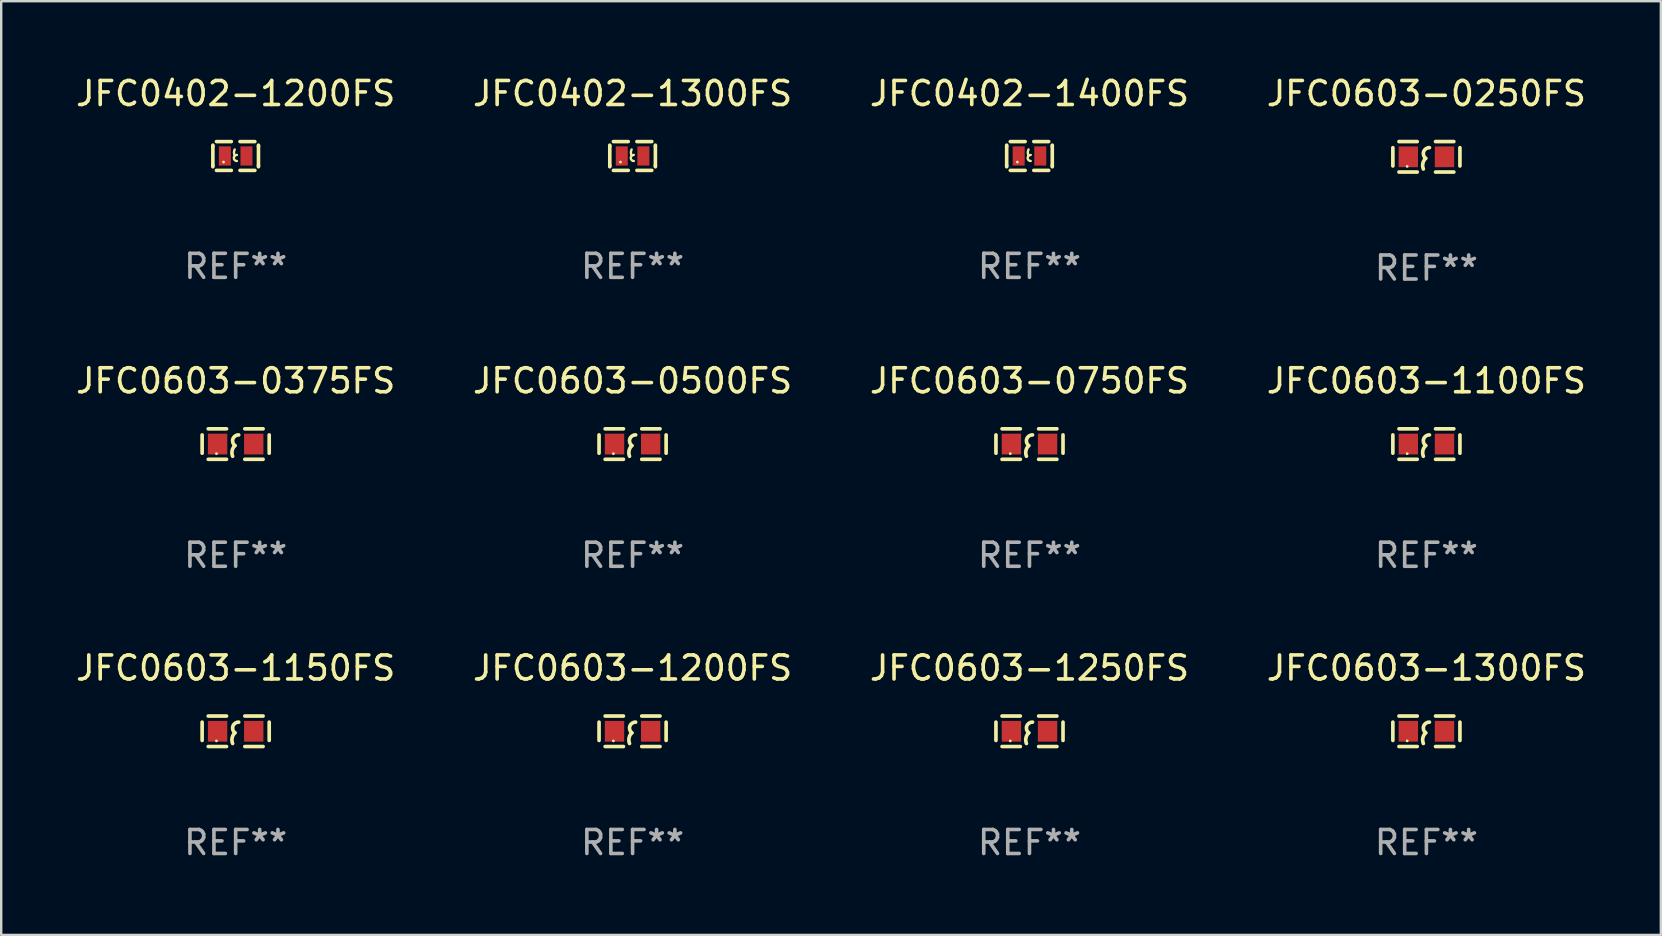
<source format=kicad_pcb>
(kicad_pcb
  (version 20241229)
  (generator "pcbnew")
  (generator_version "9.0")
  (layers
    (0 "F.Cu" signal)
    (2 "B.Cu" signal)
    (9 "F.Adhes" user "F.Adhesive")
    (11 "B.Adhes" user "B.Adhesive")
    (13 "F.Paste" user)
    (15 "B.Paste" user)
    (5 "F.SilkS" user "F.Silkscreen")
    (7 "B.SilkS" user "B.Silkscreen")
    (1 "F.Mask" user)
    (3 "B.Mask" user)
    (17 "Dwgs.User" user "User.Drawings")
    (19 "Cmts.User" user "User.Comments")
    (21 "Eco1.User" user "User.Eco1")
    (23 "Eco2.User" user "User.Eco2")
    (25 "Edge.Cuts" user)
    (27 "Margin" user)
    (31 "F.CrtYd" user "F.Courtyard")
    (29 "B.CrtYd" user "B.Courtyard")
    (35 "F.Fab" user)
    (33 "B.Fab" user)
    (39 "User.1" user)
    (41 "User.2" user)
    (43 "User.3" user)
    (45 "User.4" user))
  (footprint "JFC0603-1250FS"
    (layer "F.Cu")
    (at 39.839 27.416)
    (property "Reference" "JFC0603-1250FS" (at 0 -2.635 0) (layer "F.SilkS") (effects (font (size 1 1) (thickness 0.15))))
    (attr through_hole)
    (fp_line (start -1.397 -0.381) (end -1.397 0.381) (stroke (width 0.152) (type solid)) (layer "F.SilkS"))
    (fp_line (start -0.381 -0.635) (end -1.143 -0.635) (stroke (width 0.152) (type solid)) (layer "F.SilkS"))
    (fp_line (start -0.381 0.635) (end -1.143 0.635) (stroke (width 0.152) (type solid)) (layer "F.SilkS"))
    (fp_line (start 0.381 -0.635) (end 1.143 -0.635) (stroke (width 0.152) (type solid)) (layer "F.SilkS"))
    (fp_line (start 0.381 0.635) (end 1.143 0.635) (stroke (width 0.152) (type solid)) (layer "F.SilkS"))
    (fp_line (start 1.397 -0.381) (end 1.397 0.381) (stroke (width 0.152) (type solid)) (layer "F.SilkS"))
    (fp_arc (start -0.127 0.508001) (mid -0.146523 0.271131) (end -0.030861 0.0635) (stroke (width 0.151994) (type solid)) (layer "F.SilkS"))
    (fp_arc (start -0.03175 0.0635) (mid -0.113571 -0.216321) (end 0.127001 -0.381002) (stroke (width 0.151994) (type solid)) (layer "F.SilkS"))
    (fp_circle (center -0.8 0.4) (end -0.77 0.4) (stroke (width 0.06) (type solid)) (fill no) (layer "F.SilkS"))
    (fp_text user "REF**" (at 0 4.635 0) (layer "F.Fab") (effects (font (size 1 1) (thickness 0.15))))
    (pad "1" smd rect (at -0.753 0) (size 0.806 0.864) (layers "F.Cu" "F.Mask" "F.Paste"))
    (pad "2" smd rect (at 0.753 0) (size 0.806 0.864) (layers "F.Cu" "F.Mask" "F.Paste")))
  (footprint "JFC0402-1400FS"
    (layer "F.Cu")
    (at 39.839 3.448)
    (property "Reference" "JFC0402-1400FS" (at 0 -2.6 0) (layer "F.SilkS") (effects (font (size 1 1) (thickness 0.15))))
    (attr through_hole)
    (fp_line (start -0.95 -0.45) (end -0.95 -0.4) (stroke (width 0.15) (type solid)) (layer "F.SilkS"))
    (fp_line (start -0.95 -0.4) (end -0.95 0.4) (stroke (width 0.15) (type solid)) (layer "F.SilkS"))
    (fp_line (start -0.95 0.45) (end -0.95 0.4) (stroke (width 0.15) (type solid)) (layer "F.SilkS"))
    (fp_line (start -0.18 -0.6) (end -0.8 -0.6) (stroke (width 0.15) (type solid)) (layer "F.SilkS"))
    (fp_line (start -0.18 0.6) (end -0.8 0.6) (stroke (width 0.15) (type solid)) (layer "F.SilkS"))
    (fp_line (start 0.18 -0.6) (end 0.8 -0.6) (stroke (width 0.15) (type solid)) (layer "F.SilkS"))
    (fp_line (start 0.18 0.6) (end 0.8 0.6) (stroke (width 0.15) (type solid)) (layer "F.SilkS"))
    (fp_line (start 0.95 -0.45) (end 0.95 -0.4) (stroke (width 0.15) (type solid)) (layer "F.SilkS"))
    (fp_line (start 0.95 -0.4) (end 0.95 0.4) (stroke (width 0.15) (type solid)) (layer "F.SilkS"))
    (fp_line (start 0.95 0.45) (end 0.95 0.4) (stroke (width 0.15) (type solid)) (layer "F.SilkS"))
    (fp_arc (start -0.039942 -0.016052) (mid -0.069923 -0.143053) (end -0.039942 -0.270053) (stroke (width 0.1) (type solid)) (layer "F.SilkS"))
    (fp_arc (start 0.050076 0.209957) (mid -0.076924 0.082957) (end 0.050076 -0.044043) (stroke (width 0.1) (type solid)) (layer "F.SilkS"))
    (fp_circle (center -0.505 0.253) (end -0.475 0.253) (stroke (width 0.06) (type solid)) (fill no) (layer "F.SilkS"))
    (fp_text user "REF**" (at 0 4.6 0) (layer "F.Fab") (effects (font (size 1 1) (thickness 0.15))))
    (pad "1" smd rect (at -0.45 -0.000051) (size 0.5 0.8) (layers "F.Cu" "F.Mask" "F.Paste"))
    (pad "2" smd rect (at 0.45 -0.000051) (size 0.5 0.8) (layers "F.Cu" "F.Mask" "F.Paste")))
  (footprint "JFC0603-1150FS"
    (layer "F.Cu")
    (at 6.768 27.416)
    (property "Reference" "JFC0603-1150FS" (at 0 -2.635 0) (layer "F.SilkS") (effects (font (size 1 1) (thickness 0.15))))
    (attr through_hole)
    (fp_line (start -1.397 -0.381) (end -1.397 0.381) (stroke (width 0.152) (type solid)) (layer "F.SilkS"))
    (fp_line (start -0.381 -0.635) (end -1.143 -0.635) (stroke (width 0.152) (type solid)) (layer "F.SilkS"))
    (fp_line (start -0.381 0.635) (end -1.143 0.635) (stroke (width 0.152) (type solid)) (layer "F.SilkS"))
    (fp_line (start 0.381 -0.635) (end 1.143 -0.635) (stroke (width 0.152) (type solid)) (layer "F.SilkS"))
    (fp_line (start 0.381 0.635) (end 1.143 0.635) (stroke (width 0.152) (type solid)) (layer "F.SilkS"))
    (fp_line (start 1.397 -0.381) (end 1.397 0.381) (stroke (width 0.152) (type solid)) (layer "F.SilkS"))
    (fp_arc (start -0.127 0.508001) (mid -0.146523 0.271131) (end -0.030861 0.0635) (stroke (width 0.151994) (type solid)) (layer "F.SilkS"))
    (fp_arc (start -0.03175 0.0635) (mid -0.113571 -0.216321) (end 0.127001 -0.381002) (stroke (width 0.151994) (type solid)) (layer "F.SilkS"))
    (fp_circle (center -0.8 0.4) (end -0.77 0.4) (stroke (width 0.06) (type solid)) (fill no) (layer "F.SilkS"))
    (fp_text user "REF**" (at 0 4.635 0) (layer "F.Fab") (effects (font (size 1 1) (thickness 0.15))))
    (pad "1" smd rect (at -0.753 0) (size 0.806 0.864) (layers "F.Cu" "F.Mask" "F.Paste"))
    (pad "2" smd rect (at 0.753 0) (size 0.806 0.864) (layers "F.Cu" "F.Mask" "F.Paste")))
  (footprint "JFC0603-0750FS"
    (layer "F.Cu")
    (at 39.839 15.45)
    (property "Reference" "JFC0603-0750FS" (at 0 -2.635 0) (layer "F.SilkS") (effects (font (size 1 1) (thickness 0.15))))
    (attr through_hole)
    (fp_line (start -1.397 -0.381) (end -1.397 0.381) (stroke (width 0.152) (type solid)) (layer "F.SilkS"))
    (fp_line (start -0.381 -0.635) (end -1.143 -0.635) (stroke (width 0.152) (type solid)) (layer "F.SilkS"))
    (fp_line (start -0.381 0.635) (end -1.143 0.635) (stroke (width 0.152) (type solid)) (layer "F.SilkS"))
    (fp_line (start 0.381 -0.635) (end 1.143 -0.635) (stroke (width 0.152) (type solid)) (layer "F.SilkS"))
    (fp_line (start 0.381 0.635) (end 1.143 0.635) (stroke (width 0.152) (type solid)) (layer "F.SilkS"))
    (fp_line (start 1.397 -0.381) (end 1.397 0.381) (stroke (width 0.152) (type solid)) (layer "F.SilkS"))
    (fp_arc (start -0.127 0.508001) (mid -0.146523 0.271131) (end -0.030861 0.0635) (stroke (width 0.151994) (type solid)) (layer "F.SilkS"))
    (fp_arc (start -0.03175 0.0635) (mid -0.113571 -0.216321) (end 0.127001 -0.381002) (stroke (width 0.151994) (type solid)) (layer "F.SilkS"))
    (fp_circle (center -0.8 0.4) (end -0.77 0.4) (stroke (width 0.06) (type solid)) (fill no) (layer "F.SilkS"))
    (fp_text user "REF**" (at 0 4.635 0) (layer "F.Fab") (effects (font (size 1 1) (thickness 0.15))))
    (pad "1" smd rect (at -0.753 0) (size 0.806 0.864) (layers "F.Cu" "F.Mask" "F.Paste"))
    (pad "2" smd rect (at 0.753 0) (size 0.806 0.864) (layers "F.Cu" "F.Mask" "F.Paste")))
  (footprint "JFC0603-0375FS"
    (layer "F.Cu")
    (at 6.768 15.45)
    (property "Reference" "JFC0603-0375FS" (at 0 -2.635 0) (layer "F.SilkS") (effects (font (size 1 1) (thickness 0.15))))
    (attr through_hole)
    (fp_line (start -1.397 -0.381) (end -1.397 0.381) (stroke (width 0.152) (type solid)) (layer "F.SilkS"))
    (fp_line (start -0.381 -0.635) (end -1.143 -0.635) (stroke (width 0.152) (type solid)) (layer "F.SilkS"))
    (fp_line (start -0.381 0.635) (end -1.143 0.635) (stroke (width 0.152) (type solid)) (layer "F.SilkS"))
    (fp_line (start 0.381 -0.635) (end 1.143 -0.635) (stroke (width 0.152) (type solid)) (layer "F.SilkS"))
    (fp_line (start 0.381 0.635) (end 1.143 0.635) (stroke (width 0.152) (type solid)) (layer "F.SilkS"))
    (fp_line (start 1.397 -0.381) (end 1.397 0.381) (stroke (width 0.152) (type solid)) (layer "F.SilkS"))
    (fp_arc (start -0.127 0.508001) (mid -0.146523 0.271131) (end -0.030861 0.0635) (stroke (width 0.151994) (type solid)) (layer "F.SilkS"))
    (fp_arc (start -0.03175 0.0635) (mid -0.113571 -0.216321) (end 0.127001 -0.381002) (stroke (width 0.151994) (type solid)) (layer "F.SilkS"))
    (fp_circle (center -0.8 0.4) (end -0.77 0.4) (stroke (width 0.06) (type solid)) (fill no) (layer "F.SilkS"))
    (fp_text user "REF**" (at 0 4.635 0) (layer "F.Fab") (effects (font (size 1 1) (thickness 0.15))))
    (pad "1" smd rect (at -0.753 0) (size 0.806 0.864) (layers "F.Cu" "F.Mask" "F.Paste"))
    (pad "2" smd rect (at 0.753 0) (size 0.806 0.864) (layers "F.Cu" "F.Mask" "F.Paste")))
  (footprint "JFC0603-1300FS"
    (layer "F.Cu")
    (at 56.375 27.416)
    (property "Reference" "JFC0603-1300FS" (at 0 -2.635 0) (layer "F.SilkS") (effects (font (size 1 1) (thickness 0.15))))
    (attr through_hole)
    (fp_line (start -1.397 -0.381) (end -1.397 0.381) (stroke (width 0.152) (type solid)) (layer "F.SilkS"))
    (fp_line (start -0.381 -0.635) (end -1.143 -0.635) (stroke (width 0.152) (type solid)) (layer "F.SilkS"))
    (fp_line (start -0.381 0.635) (end -1.143 0.635) (stroke (width 0.152) (type solid)) (layer "F.SilkS"))
    (fp_line (start 0.381 -0.635) (end 1.143 -0.635) (stroke (width 0.152) (type solid)) (layer "F.SilkS"))
    (fp_line (start 0.381 0.635) (end 1.143 0.635) (stroke (width 0.152) (type solid)) (layer "F.SilkS"))
    (fp_line (start 1.397 -0.381) (end 1.397 0.381) (stroke (width 0.152) (type solid)) (layer "F.SilkS"))
    (fp_arc (start -0.127 0.508001) (mid -0.146523 0.271131) (end -0.030861 0.0635) (stroke (width 0.151994) (type solid)) (layer "F.SilkS"))
    (fp_arc (start -0.03175 0.0635) (mid -0.113571 -0.216321) (end 0.127001 -0.381002) (stroke (width 0.151994) (type solid)) (layer "F.SilkS"))
    (fp_circle (center -0.8 0.4) (end -0.77 0.4) (stroke (width 0.06) (type solid)) (fill no) (layer "F.SilkS"))
    (fp_text user "REF**" (at 0 4.635 0) (layer "F.Fab") (effects (font (size 1 1) (thickness 0.15))))
    (pad "1" smd rect (at -0.753 0) (size 0.806 0.864) (layers "F.Cu" "F.Mask" "F.Paste"))
    (pad "2" smd rect (at 0.753 0) (size 0.806 0.864) (layers "F.Cu" "F.Mask" "F.Paste")))
  (footprint "JFC0603-0250FS"
    (layer "F.Cu")
    (at 56.375 3.483)
    (property "Reference" "JFC0603-0250FS" (at 0 -2.635 0) (layer "F.SilkS") (effects (font (size 1 1) (thickness 0.15))))
    (attr through_hole)
    (fp_line (start -1.397 -0.381) (end -1.397 0.381) (stroke (width 0.152) (type solid)) (layer "F.SilkS"))
    (fp_line (start -0.381 -0.635) (end -1.143 -0.635) (stroke (width 0.152) (type solid)) (layer "F.SilkS"))
    (fp_line (start -0.381 0.635) (end -1.143 0.635) (stroke (width 0.152) (type solid)) (layer "F.SilkS"))
    (fp_line (start 0.381 -0.635) (end 1.143 -0.635) (stroke (width 0.152) (type solid)) (layer "F.SilkS"))
    (fp_line (start 0.381 0.635) (end 1.143 0.635) (stroke (width 0.152) (type solid)) (layer "F.SilkS"))
    (fp_line (start 1.397 -0.381) (end 1.397 0.381) (stroke (width 0.152) (type solid)) (layer "F.SilkS"))
    (fp_arc (start -0.127 0.508001) (mid -0.146523 0.271131) (end -0.030861 0.0635) (stroke (width 0.151994) (type solid)) (layer "F.SilkS"))
    (fp_arc (start -0.03175 0.0635) (mid -0.113571 -0.216321) (end 0.127001 -0.381002) (stroke (width 0.151994) (type solid)) (layer "F.SilkS"))
    (fp_circle (center -0.8 0.4) (end -0.77 0.4) (stroke (width 0.06) (type solid)) (fill no) (layer "F.SilkS"))
    (fp_text user "REF**" (at 0 4.635 0) (layer "F.Fab") (effects (font (size 1 1) (thickness 0.15))))
    (pad "1" smd rect (at -0.753 0) (size 0.806 0.864) (layers "F.Cu" "F.Mask" "F.Paste"))
    (pad "2" smd rect (at 0.753 0) (size 0.806 0.864) (layers "F.Cu" "F.Mask" "F.Paste")))
  (footprint "JFC0603-1200FS"
    (layer "F.Cu")
    (at 23.304 27.416)
    (property "Reference" "JFC0603-1200FS" (at 0 -2.635 0) (layer "F.SilkS") (effects (font (size 1 1) (thickness 0.15))))
    (attr through_hole)
    (fp_line (start -1.397 -0.381) (end -1.397 0.381) (stroke (width 0.152) (type solid)) (layer "F.SilkS"))
    (fp_line (start -0.381 -0.635) (end -1.143 -0.635) (stroke (width 0.152) (type solid)) (layer "F.SilkS"))
    (fp_line (start -0.381 0.635) (end -1.143 0.635) (stroke (width 0.152) (type solid)) (layer "F.SilkS"))
    (fp_line (start 0.381 -0.635) (end 1.143 -0.635) (stroke (width 0.152) (type solid)) (layer "F.SilkS"))
    (fp_line (start 0.381 0.635) (end 1.143 0.635) (stroke (width 0.152) (type solid)) (layer "F.SilkS"))
    (fp_line (start 1.397 -0.381) (end 1.397 0.381) (stroke (width 0.152) (type solid)) (layer "F.SilkS"))
    (fp_arc (start -0.127 0.508001) (mid -0.146523 0.271131) (end -0.030861 0.0635) (stroke (width 0.151994) (type solid)) (layer "F.SilkS"))
    (fp_arc (start -0.03175 0.0635) (mid -0.113571 -0.216321) (end 0.127001 -0.381002) (stroke (width 0.151994) (type solid)) (layer "F.SilkS"))
    (fp_circle (center -0.8 0.4) (end -0.77 0.4) (stroke (width 0.06) (type solid)) (fill no) (layer "F.SilkS"))
    (fp_text user "REF**" (at 0 4.635 0) (layer "F.Fab") (effects (font (size 1 1) (thickness 0.15))))
    (pad "1" smd rect (at -0.753 0) (size 0.806 0.864) (layers "F.Cu" "F.Mask" "F.Paste"))
    (pad "2" smd rect (at 0.753 0) (size 0.806 0.864) (layers "F.Cu" "F.Mask" "F.Paste")))
  (footprint "JFC0603-0500FS"
    (layer "F.Cu")
    (at 23.304 15.45)
    (property "Reference" "JFC0603-0500FS" (at 0 -2.635 0) (layer "F.SilkS") (effects (font (size 1 1) (thickness 0.15))))
    (attr through_hole)
    (fp_line (start -1.397 -0.381) (end -1.397 0.381) (stroke (width 0.152) (type solid)) (layer "F.SilkS"))
    (fp_line (start -0.381 -0.635) (end -1.143 -0.635) (stroke (width 0.152) (type solid)) (layer "F.SilkS"))
    (fp_line (start -0.381 0.635) (end -1.143 0.635) (stroke (width 0.152) (type solid)) (layer "F.SilkS"))
    (fp_line (start 0.381 -0.635) (end 1.143 -0.635) (stroke (width 0.152) (type solid)) (layer "F.SilkS"))
    (fp_line (start 0.381 0.635) (end 1.143 0.635) (stroke (width 0.152) (type solid)) (layer "F.SilkS"))
    (fp_line (start 1.397 -0.381) (end 1.397 0.381) (stroke (width 0.152) (type solid)) (layer "F.SilkS"))
    (fp_arc (start -0.127 0.508001) (mid -0.146523 0.271131) (end -0.030861 0.0635) (stroke (width 0.151994) (type solid)) (layer "F.SilkS"))
    (fp_arc (start -0.03175 0.0635) (mid -0.113571 -0.216321) (end 0.127001 -0.381002) (stroke (width 0.151994) (type solid)) (layer "F.SilkS"))
    (fp_circle (center -0.8 0.4) (end -0.77 0.4) (stroke (width 0.06) (type solid)) (fill no) (layer "F.SilkS"))
    (fp_text user "REF**" (at 0 4.635 0) (layer "F.Fab") (effects (font (size 1 1) (thickness 0.15))))
    (pad "1" smd rect (at -0.753 0) (size 0.806 0.864) (layers "F.Cu" "F.Mask" "F.Paste"))
    (pad "2" smd rect (at 0.753 0) (size 0.806 0.864) (layers "F.Cu" "F.Mask" "F.Paste")))
  (footprint "JFC0603-1100FS"
    (layer "F.Cu")
    (at 56.375 15.45)
    (property "Reference" "JFC0603-1100FS" (at 0 -2.635 0) (layer "F.SilkS") (effects (font (size 1 1) (thickness 0.15))))
    (attr through_hole)
    (fp_line (start -1.397 -0.381) (end -1.397 0.381) (stroke (width 0.152) (type solid)) (layer "F.SilkS"))
    (fp_line (start -0.381 -0.635) (end -1.143 -0.635) (stroke (width 0.152) (type solid)) (layer "F.SilkS"))
    (fp_line (start -0.381 0.635) (end -1.143 0.635) (stroke (width 0.152) (type solid)) (layer "F.SilkS"))
    (fp_line (start 0.381 -0.635) (end 1.143 -0.635) (stroke (width 0.152) (type solid)) (layer "F.SilkS"))
    (fp_line (start 0.381 0.635) (end 1.143 0.635) (stroke (width 0.152) (type solid)) (layer "F.SilkS"))
    (fp_line (start 1.397 -0.381) (end 1.397 0.381) (stroke (width 0.152) (type solid)) (layer "F.SilkS"))
    (fp_arc (start -0.127 0.508001) (mid -0.146523 0.271131) (end -0.030861 0.0635) (stroke (width 0.151994) (type solid)) (layer "F.SilkS"))
    (fp_arc (start -0.03175 0.0635) (mid -0.113571 -0.216321) (end 0.127001 -0.381002) (stroke (width 0.151994) (type solid)) (layer "F.SilkS"))
    (fp_circle (center -0.8 0.4) (end -0.77 0.4) (stroke (width 0.06) (type solid)) (fill no) (layer "F.SilkS"))
    (fp_text user "REF**" (at 0 4.635 0) (layer "F.Fab") (effects (font (size 1 1) (thickness 0.15))))
    (pad "1" smd rect (at -0.753 0) (size 0.806 0.864) (layers "F.Cu" "F.Mask" "F.Paste"))
    (pad "2" smd rect (at 0.753 0) (size 0.806 0.864) (layers "F.Cu" "F.Mask" "F.Paste")))
  (footprint "JFC0402-1300FS"
    (layer "F.Cu")
    (at 23.304 3.448)
    (property "Reference" "JFC0402-1300FS" (at 0 -2.6 0) (layer "F.SilkS") (effects (font (size 1 1) (thickness 0.15))))
    (attr through_hole)
    (fp_line (start -0.95 -0.45) (end -0.95 -0.4) (stroke (width 0.15) (type solid)) (layer "F.SilkS"))
    (fp_line (start -0.95 -0.4) (end -0.95 0.4) (stroke (width 0.15) (type solid)) (layer "F.SilkS"))
    (fp_line (start -0.95 0.45) (end -0.95 0.4) (stroke (width 0.15) (type solid)) (layer "F.SilkS"))
    (fp_line (start -0.18 -0.6) (end -0.8 -0.6) (stroke (width 0.15) (type solid)) (layer "F.SilkS"))
    (fp_line (start -0.18 0.6) (end -0.8 0.6) (stroke (width 0.15) (type solid)) (layer "F.SilkS"))
    (fp_line (start 0.18 -0.6) (end 0.8 -0.6) (stroke (width 0.15) (type solid)) (layer "F.SilkS"))
    (fp_line (start 0.18 0.6) (end 0.8 0.6) (stroke (width 0.15) (type solid)) (layer "F.SilkS"))
    (fp_line (start 0.95 -0.45) (end 0.95 -0.4) (stroke (width 0.15) (type solid)) (layer "F.SilkS"))
    (fp_line (start 0.95 -0.4) (end 0.95 0.4) (stroke (width 0.15) (type solid)) (layer "F.SilkS"))
    (fp_line (start 0.95 0.45) (end 0.95 0.4) (stroke (width 0.15) (type solid)) (layer "F.SilkS"))
    (fp_arc (start -0.039942 -0.016052) (mid -0.069923 -0.143053) (end -0.039942 -0.270053) (stroke (width 0.1) (type solid)) (layer "F.SilkS"))
    (fp_arc (start 0.050076 0.209957) (mid -0.076924 0.082957) (end 0.050076 -0.044043) (stroke (width 0.1) (type solid)) (layer "F.SilkS"))
    (fp_circle (center -0.505 0.253) (end -0.475 0.253) (stroke (width 0.06) (type solid)) (fill no) (layer "F.SilkS"))
    (fp_text user "REF**" (at 0 4.6 0) (layer "F.Fab") (effects (font (size 1 1) (thickness 0.15))))
    (pad "1" smd rect (at -0.45 -0.000051) (size 0.5 0.8) (layers "F.Cu" "F.Mask" "F.Paste"))
    (pad "2" smd rect (at 0.45 -0.000051) (size 0.5 0.8) (layers "F.Cu" "F.Mask" "F.Paste")))
  (footprint "JFC0402-1200FS"
    (layer "F.Cu")
    (at 6.768 3.448)
    (property "Reference" "JFC0402-1200FS" (at 0 -2.6 0) (layer "F.SilkS") (effects (font (size 1 1) (thickness 0.15))))
    (attr through_hole)
    (fp_line (start -0.95 -0.45) (end -0.95 -0.4) (stroke (width 0.15) (type solid)) (layer "F.SilkS"))
    (fp_line (start -0.95 -0.4) (end -0.95 0.4) (stroke (width 0.15) (type solid)) (layer "F.SilkS"))
    (fp_line (start -0.95 0.45) (end -0.95 0.4) (stroke (width 0.15) (type solid)) (layer "F.SilkS"))
    (fp_line (start -0.18 -0.6) (end -0.8 -0.6) (stroke (width 0.15) (type solid)) (layer "F.SilkS"))
    (fp_line (start -0.18 0.6) (end -0.8 0.6) (stroke (width 0.15) (type solid)) (layer "F.SilkS"))
    (fp_line (start 0.18 -0.6) (end 0.8 -0.6) (stroke (width 0.15) (type solid)) (layer "F.SilkS"))
    (fp_line (start 0.18 0.6) (end 0.8 0.6) (stroke (width 0.15) (type solid)) (layer "F.SilkS"))
    (fp_line (start 0.95 -0.45) (end 0.95 -0.4) (stroke (width 0.15) (type solid)) (layer "F.SilkS"))
    (fp_line (start 0.95 -0.4) (end 0.95 0.4) (stroke (width 0.15) (type solid)) (layer "F.SilkS"))
    (fp_line (start 0.95 0.45) (end 0.95 0.4) (stroke (width 0.15) (type solid)) (layer "F.SilkS"))
    (fp_arc (start -0.039942 -0.016052) (mid -0.069923 -0.143053) (end -0.039942 -0.270053) (stroke (width 0.1) (type solid)) (layer "F.SilkS"))
    (fp_arc (start 0.050076 0.209957) (mid -0.076924 0.082957) (end 0.050076 -0.044043) (stroke (width 0.1) (type solid)) (layer "F.SilkS"))
    (fp_circle (center -0.505 0.253) (end -0.475 0.253) (stroke (width 0.06) (type solid)) (fill no) (layer "F.SilkS"))
    (fp_text user "REF**" (at 0 4.6 0) (layer "F.Fab") (effects (font (size 1 1) (thickness 0.15))))
    (pad "1" smd rect (at -0.45 -0.000051) (size 0.5 0.8) (layers "F.Cu" "F.Mask" "F.Paste"))
    (pad "2" smd rect (at 0.45 -0.000051) (size 0.5 0.8) (layers "F.Cu" "F.Mask" "F.Paste")))
  (gr_rect
    (start -3 -3)
    (end 66.143 35.9)
    (stroke (width 0.1) (type default))
    (fill no)
    (layer "Edge.Cuts")))
</source>
